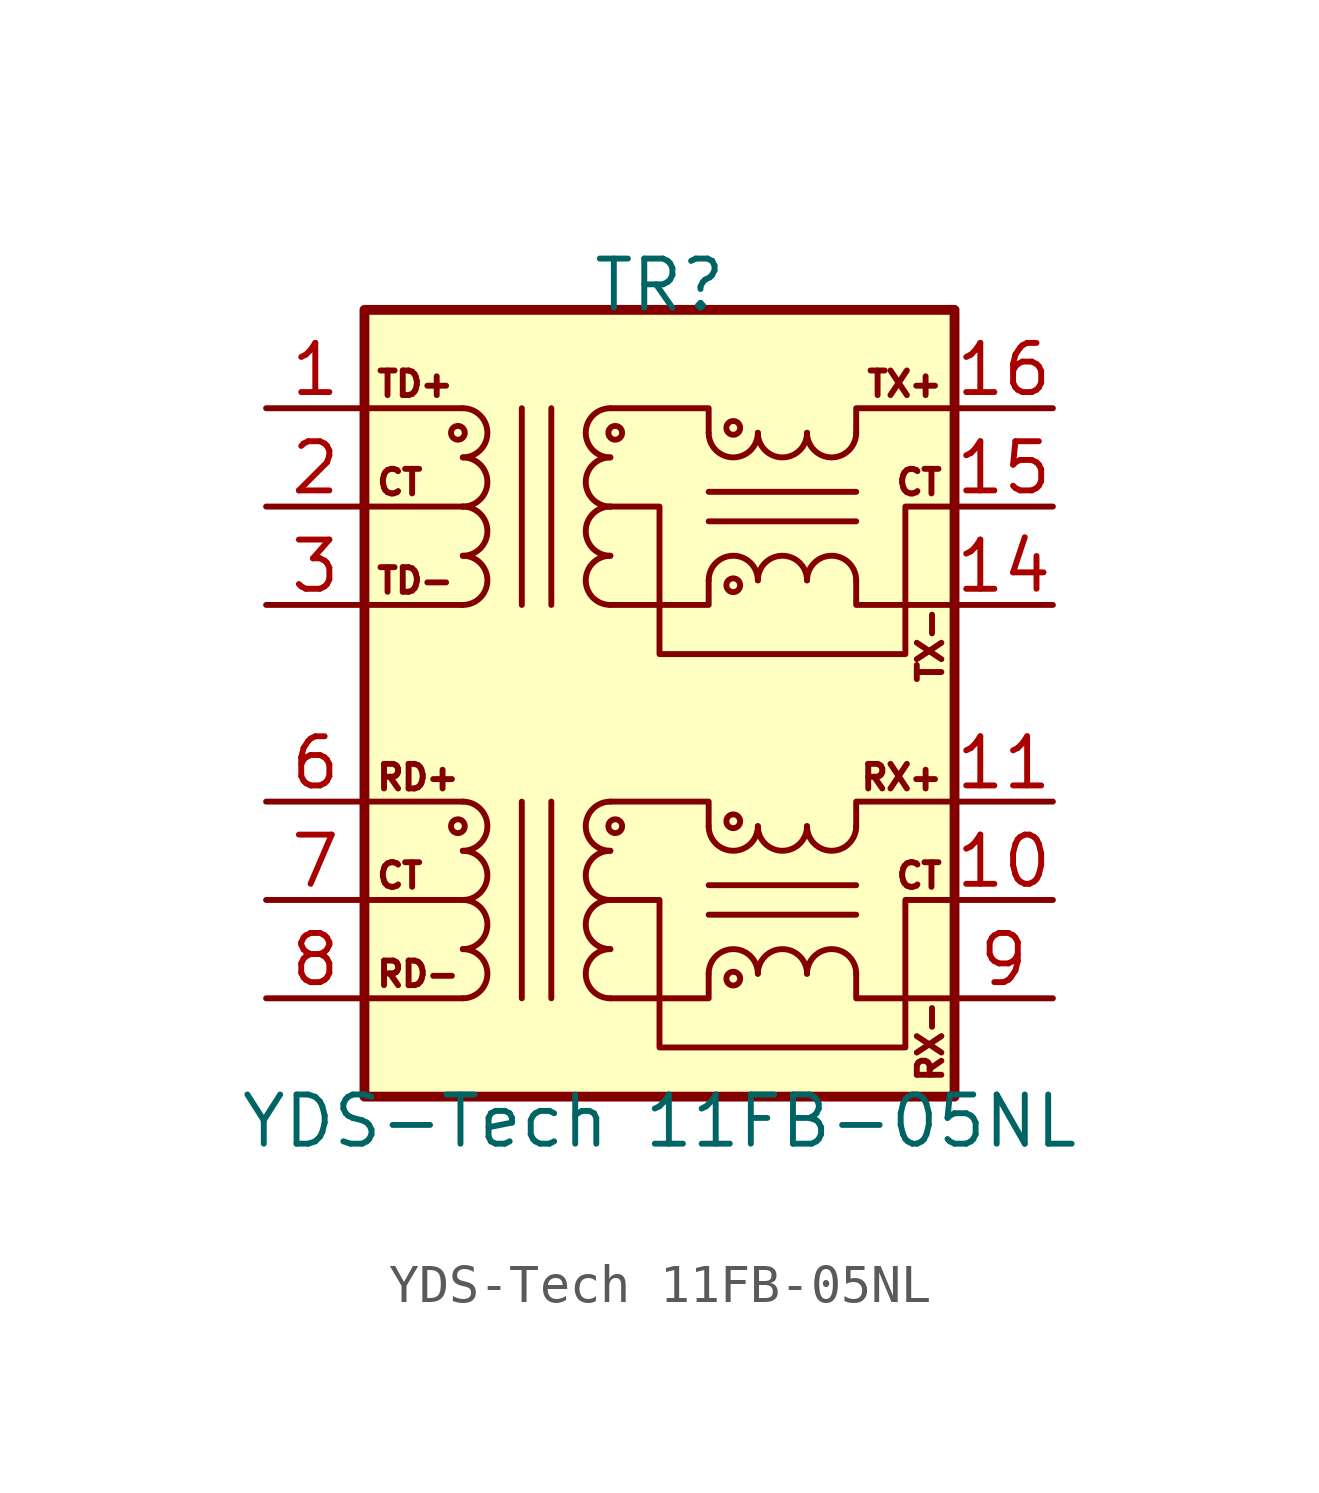
<source format=kicad_sym>
(kicad_symbol_lib
  (version 20220914)
  (generator kicad_symbol_editor)
  (symbol "YDS-Tech 11FB-05NL"
    (pin_names hide)
    (property "Reference" "TR"
      (at 0 10.795 0)
      (effects (font (size 1.27 1.27))))
    (property "Value" "YDS-Tech 11FB-05NL"
      (at 0 -10.795 0)
      (effects (font (size 1.27 1.27))))
    (symbol "YDS-Tech 11FB-05NL_0_1"
      (rectangle (start -7.62 10.16) (end 7.62 -10.16) (stroke (width 0.254) (type default)) (fill (type background)))
      (circle (center -5.207 -3.175) (radius 0.178) (stroke (width 0) (type default)) (fill (type none)))
      (arc (start -5.08 -3.81) (mid -4.4477 -3.175) (end -5.08 -2.54) (stroke (width 0) (type default)) (fill (type none)))
      (polyline (pts (xy -5.08 -7.62) (xy -7.62 -7.62)) (stroke (width 0) (type default)) (fill (type none)))
      (polyline (pts (xy -5.08 -5.08) (xy -7.62 -5.08)) (stroke (width 0) (type default)) (fill (type none)))
      (polyline (pts (xy -5.08 -2.54) (xy -7.62 -2.54)) (stroke (width 0) (type default)) (fill (type none)))
      (polyline (pts (xy -3.556 -7.62) (xy -3.556 -2.54)) (stroke (width 0) (type default)) (fill (type none)))
      (polyline (pts (xy -3.556 7.62) (xy -3.556 2.54)) (stroke (width 0) (type default)) (fill (type none)))
      (polyline (pts (xy -2.794 -2.54) (xy -2.794 -7.62)) (stroke (width 0) (type default)) (fill (type none)))
      (polyline (pts (xy -2.794 2.54) (xy -2.794 7.62)) (stroke (width 0) (type default)) (fill (type none)))
      (polyline (pts (xy 1.27 -5.461) (xy 5.08 -5.461)) (stroke (width 0) (type default)) (fill (type none)))
      (polyline (pts (xy 1.27 -4.699) (xy 5.08 -4.699)) (stroke (width 0) (type default)) (fill (type none)))
      (polyline (pts (xy -1.27 -7.62) (xy 1.27 -7.62) (xy 1.27 -6.985)) (stroke (width 0) (type default)) (fill (type none)))
      (polyline (pts (xy 1.27 -3.175) (xy 1.27 -2.54) (xy -1.27 -2.54)) (stroke (width 0) (type default)) (fill (type none)))
      (polyline (pts (xy 5.08 -6.985) (xy 5.08 -7.62) (xy 7.62 -7.62)) (stroke (width 0) (type default)) (fill (type none)))
      (polyline (pts (xy 5.08 -3.175) (xy 5.08 -2.54) (xy 7.62 -2.54)) (stroke (width 0) (type default)) (fill (type none)))
      (polyline (pts (xy -1.27 -5.08) (xy 0 -5.08) (xy 0 -8.89) (xy 6.35 -8.89) (xy 6.35 -5.08) (xy 7.62 -5.08)) (stroke (width 0) (type default)) (fill (type none))))
    (symbol "YDS-Tech 11FB-05NL_1_1"
      (circle (center -5.207 6.985) (radius 0.178) (stroke (width 0) (type default)) (fill (type none)))
      (arc (start -5.08 -7.62) (mid -4.4477 -6.985) (end -5.08 -6.35) (stroke (width 0) (type default)) (fill (type none)))
      (arc (start -5.08 -6.35) (mid -4.4477 -5.715) (end -5.08 -5.08) (stroke (width 0) (type default)) (fill (type none)))
      (arc (start -5.08 -5.08) (mid -4.4477 -4.445) (end -5.08 -3.81) (stroke (width 0) (type default)) (fill (type none)))
      (arc (start -5.08 2.54) (mid -4.4477 3.175) (end -5.08 3.81) (stroke (width 0) (type default)) (fill (type none)))
      (arc (start -5.08 3.81) (mid -4.4477 4.445) (end -5.08 5.08) (stroke (width 0) (type default)) (fill (type none)))
      (arc (start -5.08 5.08) (mid -4.4477 5.715) (end -5.08 6.35) (stroke (width 0) (type default)) (fill (type none)))
      (arc (start -5.08 6.35) (mid -4.4477 6.985) (end -5.08 7.62) (stroke (width 0) (type default)) (fill (type none)))
      (arc (start -1.27 -6.35) (mid -1.9023 -6.985) (end -1.27 -7.62) (stroke (width 0) (type default)) (fill (type none)))
      (arc (start -1.27 -5.08) (mid -1.9023 -5.715) (end -1.27 -6.35) (stroke (width 0) (type default)) (fill (type none)))
      (arc (start -1.27 -3.81) (mid -1.9023 -4.445) (end -1.27 -5.08) (stroke (width 0) (type default)) (fill (type none)))
      (arc (start -1.27 -2.54) (mid -1.9023 -3.175) (end -1.27 -3.81) (stroke (width 0) (type default)) (fill (type none)))
      (arc (start -1.27 3.81) (mid -1.9023 3.175) (end -1.27 2.54) (stroke (width 0) (type default)) (fill (type none)))
      (arc (start -1.27 5.08) (mid -1.9023 4.445) (end -1.27 3.81) (stroke (width 0) (type default)) (fill (type none)))
      (arc (start -1.27 6.35) (mid -1.9023 5.715) (end -1.27 5.08) (stroke (width 0) (type default)) (fill (type none)))
      (arc (start -1.27 7.62) (mid -1.9023 6.985) (end -1.27 6.35) (stroke (width 0) (type default)) (fill (type none)))
      (circle (center -1.143 -3.175) (radius 0.178) (stroke (width 0) (type default)) (fill (type none)))
      (circle (center -1.143 6.985) (radius 0.178) (stroke (width 0) (type default)) (fill (type none)))
      (polyline (pts (xy -5.08 2.54) (xy -7.62 2.54)) (stroke (width 0) (type default)) (fill (type none)))
      (polyline (pts (xy -5.08 5.08) (xy -7.62 5.08)) (stroke (width 0) (type default)) (fill (type none)))
      (polyline (pts (xy -5.08 7.62) (xy -7.62 7.62)) (stroke (width 0) (type default)) (fill (type none)))
      (polyline (pts (xy 1.27 4.699) (xy 5.08 4.699)) (stroke (width 0) (type default)) (fill (type none)))
      (polyline (pts (xy 1.27 5.461) (xy 5.08 5.461)) (stroke (width 0) (type default)) (fill (type none)))
      (polyline (pts (xy -1.27 2.54) (xy 1.27 2.54) (xy 1.27 3.175)) (stroke (width 0) (type default)) (fill (type none)))
      (polyline (pts (xy 1.27 6.985) (xy 1.27 7.62) (xy -1.27 7.62)) (stroke (width 0) (type default)) (fill (type none)))
      (polyline (pts (xy 5.08 3.175) (xy 5.08 2.54) (xy 7.62 2.54)) (stroke (width 0) (type default)) (fill (type none)))
      (polyline (pts (xy 5.08 6.985) (xy 5.08 7.62) (xy 7.62 7.62)) (stroke (width 0) (type default)) (fill (type none)))
      (polyline (pts (xy 7.62 5.08) (xy 6.35 5.08) (xy 6.35 1.27) (xy 0 1.27) (xy 0 5.08) (xy -1.27 5.08)) (stroke (width 0) (type default)) (fill (type none)))
      (arc (start 1.27 -3.175) (mid 1.905 -3.8073) (end 2.54 -3.175) (stroke (width 0) (type default)) (fill (type none)))
      (arc (start 1.27 6.985) (mid 1.905 6.3527) (end 2.54 6.985) (stroke (width 0) (type default)) (fill (type none)))
      (circle (center 1.905 -7.112) (radius 0.178) (stroke (width 0) (type default)) (fill (type none)))
      (circle (center 1.905 -3.048) (radius 0.178) (stroke (width 0) (type default)) (fill (type none)))
      (circle (center 1.905 3.048) (radius 0.178) (stroke (width 0) (type default)) (fill (type none)))
      (circle (center 1.905 7.112) (radius 0.178) (stroke (width 0) (type default)) (fill (type none)))
      (arc (start 2.54 -6.985) (mid 1.905 -6.3527) (end 1.27 -6.985) (stroke (width 0) (type default)) (fill (type none)))
      (arc (start 2.54 -3.175) (mid 3.175 -3.8073) (end 3.81 -3.175) (stroke (width 0) (type default)) (fill (type none)))
      (arc (start 2.54 3.175) (mid 1.905 3.8073) (end 1.27 3.175) (stroke (width 0) (type default)) (fill (type none)))
      (arc (start 2.54 6.985) (mid 3.175 6.3527) (end 3.81 6.985) (stroke (width 0) (type default)) (fill (type none)))
      (arc (start 3.81 -6.985) (mid 3.175 -6.3527) (end 2.54 -6.985) (stroke (width 0) (type default)) (fill (type none)))
      (arc (start 3.81 -3.175) (mid 4.445 -3.8073) (end 5.08 -3.175) (stroke (width 0) (type default)) (fill (type none)))
      (arc (start 3.81 3.175) (mid 3.175 3.8073) (end 2.54 3.175) (stroke (width 0) (type default)) (fill (type none)))
      (arc (start 3.81 6.985) (mid 4.445 6.3527) (end 5.08 6.985) (stroke (width 0) (type default)) (fill (type none)))
      (arc (start 5.08 -6.985) (mid 4.445 -6.3527) (end 3.81 -6.985) (stroke (width 0) (type default)) (fill (type none)))
      (arc (start 5.08 3.175) (mid 4.445 3.8073) (end 3.81 3.175) (stroke (width 0) (type default)) (fill (type none)))
      (text "CT" (at -7.366 -4.826 0) (effects (font (size 0.635 0.635)) (justify left bottom)))
      (text "CT" (at -7.366 5.334 0) (effects (font (size 0.635 0.635)) (justify left bottom)))
      (text "CT" (at 7.366 -4.826 0) (effects (font (size 0.635 0.635)) (justify right bottom)))
      (text "CT" (at 7.366 5.334 0) (effects (font (size 0.635 0.635)) (justify right bottom)))
      (text "RD+" (at -7.366 -2.286 0) (effects (font (size 0.635 0.635)) (justify left bottom)))
      (text "RD-" (at -7.366 -7.366 0) (effects (font (size 0.635 0.635)) (justify left bottom)))
      (text "RX+" (at 7.366 -2.286 0) (effects (font (size 0.635 0.635)) (justify right bottom)))
      (text "RX-" (at 7.366 -7.62 900) (effects (font (size 0.635 0.635)) (justify right bottom)))
      (text "TD+" (at -7.366 7.874 0) (effects (font (size 0.635 0.635)) (justify left bottom)))
      (text "TD-" (at -7.366 2.794 0) (effects (font (size 0.635 0.635)) (justify left bottom)))
      (text "TX+" (at 7.366 7.874 0) (effects (font (size 0.635 0.635)) (justify right bottom)))
      (text "TX-" (at 7.366 2.54 900) (effects (font (size 0.635 0.635)) (justify right bottom)))
      (pin passive line (at -10.16 7.62 0) (length 2.54) (name "TX-" (effects (font (size 1.27 1.27)))) (number "1" (effects (font (size 1.27 1.27)))))
      (pin passive line (at 10.16 -5.08 180) (length 2.54) (name "C_RD" (effects (font (size 1.27 1.27)))) (number "10" (effects (font (size 1.27 1.27)))))
      (pin passive line (at 10.16 -2.54 180) (length 2.54) (name "RD-" (effects (font (size 1.27 1.27)))) (number "11" (effects (font (size 1.27 1.27)))))
      (pin no_connect line (at -2.54 -10.16 90) (length 2.54) hide (name "NC" (effects (font (size 1.27 1.27)))) (number "12" (effects (font (size 1.27 1.27)))))
      (pin no_connect line (at 2.54 -10.16 90) (length 2.54) hide (name "NC" (effects (font (size 1.27 1.27)))) (number "13" (effects (font (size 1.27 1.27)))))
      (pin passive line (at 10.16 2.54 180) (length 2.54) (name "TD+" (effects (font (size 1.27 1.27)))) (number "14" (effects (font (size 1.27 1.27)))))
      (pin passive line (at 10.16 5.08 180) (length 2.54) (name "C_TD" (effects (font (size 1.27 1.27)))) (number "15" (effects (font (size 1.27 1.27)))))
      (pin passive line (at 10.16 7.62 180) (length 2.54) (name "TD-" (effects (font (size 1.27 1.27)))) (number "16" (effects (font (size 1.27 1.27)))))
      (pin passive line (at -10.16 5.08 0) (length 2.54) (name "C_TX" (effects (font (size 1.27 1.27)))) (number "2" (effects (font (size 1.27 1.27)))))
      (pin passive line (at -10.16 2.54 0) (length 2.54) (name "TX+" (effects (font (size 1.27 1.27)))) (number "3" (effects (font (size 1.27 1.27)))))
      (pin no_connect line (at -2.54 10.16 270) (length 2.54) hide (name "NC" (effects (font (size 1.27 1.27)))) (number "4" (effects (font (size 1.27 1.27)))))
      (pin no_connect line (at 2.54 10.16 270) (length 2.54) hide (name "NC" (effects (font (size 1.27 1.27)))) (number "5" (effects (font (size 1.27 1.27)))))
      (pin passive line (at -10.16 -2.54 0) (length 2.54) (name "RX-" (effects (font (size 1.27 1.27)))) (number "6" (effects (font (size 1.27 1.27)))))
      (pin passive line (at -10.16 -5.08 0) (length 2.54) (name "C_RX" (effects (font (size 1.27 1.27)))) (number "7" (effects (font (size 1.27 1.27)))))
      (pin passive line (at -10.16 -7.62 0) (length 2.54) (name "RX+" (effects (font (size 1.27 1.27)))) (number "8" (effects (font (size 1.27 1.27)))))
      (pin passive line (at 10.16 -7.62 180) (length 2.54) (name "RD+" (effects (font (size 1.27 1.27)))) (number "9" (effects (font (size 1.27 1.27))))))))
</source>
